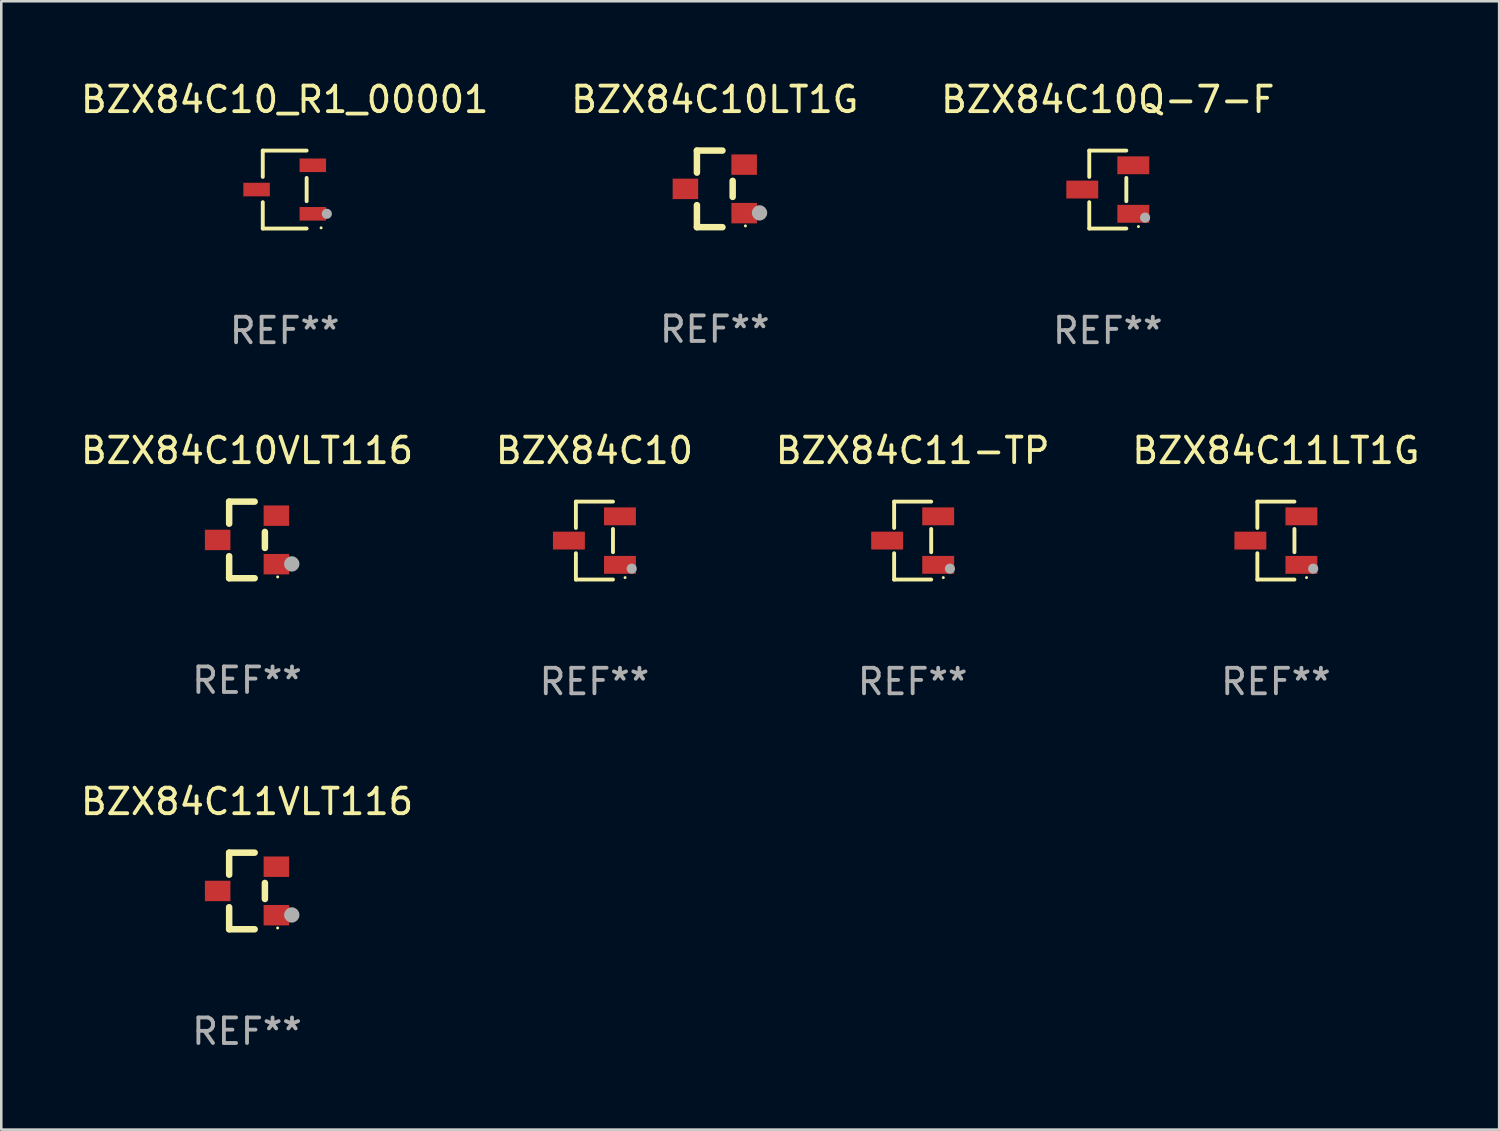
<source format=kicad_pcb>
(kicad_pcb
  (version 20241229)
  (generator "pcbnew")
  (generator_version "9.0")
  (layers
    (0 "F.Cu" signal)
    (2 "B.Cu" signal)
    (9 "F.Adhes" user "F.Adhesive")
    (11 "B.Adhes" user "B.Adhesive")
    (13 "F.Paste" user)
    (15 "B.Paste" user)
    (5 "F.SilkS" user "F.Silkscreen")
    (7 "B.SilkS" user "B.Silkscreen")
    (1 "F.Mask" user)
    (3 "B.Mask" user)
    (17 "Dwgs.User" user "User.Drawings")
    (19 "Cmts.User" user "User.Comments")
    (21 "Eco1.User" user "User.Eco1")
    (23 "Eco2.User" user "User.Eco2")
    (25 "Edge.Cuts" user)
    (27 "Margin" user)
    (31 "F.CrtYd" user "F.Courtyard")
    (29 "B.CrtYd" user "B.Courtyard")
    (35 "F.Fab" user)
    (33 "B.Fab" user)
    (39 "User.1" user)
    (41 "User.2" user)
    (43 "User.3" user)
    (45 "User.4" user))
  (footprint "BZX84C10VLT116"
    (layer "F.Cu")
    (at 6.625 18.097)
    (property "Reference" "BZX84C10VLT116" (at 0 -3.5 0) (layer "F.SilkS") (effects (font (size 1 1) (thickness 0.15))))
    (attr through_hole)
    (fp_line (start -0.7 -1.5) (end 0.3 -1.5) (stroke (width 0.254) (type solid)) (layer "F.SilkS"))
    (fp_line (start -0.7 -0.636) (end -0.7 -1.5) (stroke (width 0.254) (type solid)) (layer "F.SilkS"))
    (fp_line (start -0.7 1.5) (end -0.7 0.636) (stroke (width 0.254) (type solid)) (layer "F.SilkS"))
    (fp_line (start -0.7 1.5) (end 0.3 1.5) (stroke (width 0.254) (type solid)) (layer "F.SilkS"))
    (fp_line (start 0.7 0.314) (end 0.7 -0.314) (stroke (width 0.254) (type solid)) (layer "F.SilkS"))
    (fp_circle (center 1.2 1.45) (end 1.23 1.45) (stroke (width 0.06) (type solid)) (fill no) (layer "F.SilkS"))
    (fp_circle (center 1.753 0.94) (end 1.903 0.94) (stroke (width 0.3) (type solid)) (fill no) (layer "F.Fab"))
    (fp_text user "REF**" (at 0 5.5 0) (layer "F.Fab") (effects (font (size 1 1) (thickness 0.15))))
    (pad "1" smd rect (at 1.15 0.95 180) (size 1 0.8) (layers "F.Cu" "F.Mask" "F.Paste"))
    (pad "2" smd rect (at 1.15 -0.95 180) (size 1 0.8) (layers "F.Cu" "F.Mask" "F.Paste"))
    (pad "3" smd rect (at -1.15 -0.000051 180) (size 1 0.8) (layers "F.Cu" "F.Mask" "F.Paste")))
  (footprint "BZX84C10LT1G"
    (layer "F.Cu")
    (at 24.946 4.348)
    (property "Reference" "BZX84C10LT1G" (at 0 -3.5 0) (layer "F.SilkS") (effects (font (size 1 1) (thickness 0.15))))
    (attr through_hole)
    (fp_line (start -0.7 -1.5) (end 0.3 -1.5) (stroke (width 0.254) (type solid)) (layer "F.SilkS"))
    (fp_line (start -0.7 -0.636) (end -0.7 -1.5) (stroke (width 0.254) (type solid)) (layer "F.SilkS"))
    (fp_line (start -0.7 1.5) (end -0.7 0.636) (stroke (width 0.254) (type solid)) (layer "F.SilkS"))
    (fp_line (start -0.7 1.5) (end 0.3 1.5) (stroke (width 0.254) (type solid)) (layer "F.SilkS"))
    (fp_line (start 0.7 0.314) (end 0.7 -0.314) (stroke (width 0.254) (type solid)) (layer "F.SilkS"))
    (fp_circle (center 1.2 1.45) (end 1.23 1.45) (stroke (width 0.06) (type solid)) (fill no) (layer "F.SilkS"))
    (fp_circle (center 1.753 0.94) (end 1.903 0.94) (stroke (width 0.3) (type solid)) (fill no) (layer "F.Fab"))
    (fp_text user "REF**" (at 0 5.5 0) (layer "F.Fab") (effects (font (size 1 1) (thickness 0.15))))
    (pad "1" smd rect (at 1.15 0.95 180) (size 1 0.8) (layers "F.Cu" "F.Mask" "F.Paste"))
    (pad "2" smd rect (at 1.15 -0.95 180) (size 1 0.8) (layers "F.Cu" "F.Mask" "F.Paste"))
    (pad "3" smd rect (at -1.15 -0.000051 180) (size 1 0.8) (layers "F.Cu" "F.Mask" "F.Paste")))
  (footprint "BZX84C10_R1_00001"
    (layer "F.Cu")
    (at 8.101 4.374)
    (property "Reference" "BZX84C10_R1_00001" (at 0 -3.526 0) (layer "F.SilkS") (effects (font (size 1 1) (thickness 0.15))))
    (attr through_hole)
    (fp_line (start -0.859 -1.526) (end -0.859 -0.495) (stroke (width 0.152) (type solid)) (layer "F.SilkS"))
    (fp_line (start -0.859 1.526) (end -0.859 0.495) (stroke (width 0.152) (type solid)) (layer "F.SilkS"))
    (fp_line (start 0.859 -1.526) (end -0.859 -1.526) (stroke (width 0.152) (type solid)) (layer "F.SilkS"))
    (fp_line (start 0.859 -0.455) (end 0.859 0.455) (stroke (width 0.152) (type solid)) (layer "F.SilkS"))
    (fp_line (start 0.859 1.526) (end -0.859 1.526) (stroke (width 0.152) (type solid)) (layer "F.SilkS"))
    (fp_circle (center 1.425 1.5) (end 1.455 1.5) (stroke (width 0.06) (type solid)) (fill no) (layer "F.SilkS"))
    (fp_circle (center 1.65 0.95) (end 1.75 0.95) (stroke (width 0.2) (type solid)) (fill no) (layer "F.Fab"))
    (fp_text user "REF**" (at 0 5.526 0) (layer "F.Fab") (effects (font (size 1 1) (thickness 0.15))))
    (pad "1" smd rect (at 1.101 0.95) (size 1.037 0.532) (layers "F.Cu" "F.Mask" "F.Paste"))
    (pad "2" smd rect (at 1.101 -0.95) (size 1.037 0.532) (layers "F.Cu" "F.Mask" "F.Paste"))
    (pad "3" smd rect (at -1.101 0) (size 1.037 0.532) (layers "F.Cu" "F.Mask" "F.Paste")))
  (footprint "BZX84C11-TP"
    (layer "F.Cu")
    (at 32.696 18.123)
    (property "Reference" "BZX84C11-TP" (at 0 -3.526 0) (layer "F.SilkS") (effects (font (size 1 1) (thickness 0.15))))
    (attr through_hole)
    (fp_line (start -0.726 -1.526) (end -0.726 -0.495) (stroke (width 0.152) (type solid)) (layer "F.SilkS"))
    (fp_line (start -0.726 1.526) (end -0.726 0.495) (stroke (width 0.152) (type solid)) (layer "F.SilkS"))
    (fp_line (start 0.726 -1.526) (end -0.726 -1.526) (stroke (width 0.152) (type solid)) (layer "F.SilkS"))
    (fp_line (start 0.726 -0.455) (end 0.726 0.455) (stroke (width 0.152) (type solid)) (layer "F.SilkS"))
    (fp_line (start 0.726 1.526) (end -0.726 1.526) (stroke (width 0.152) (type solid)) (layer "F.SilkS"))
    (fp_circle (center 1.2 1.45) (end 1.23 1.45) (stroke (width 0.06) (type solid)) (fill no) (layer "F.SilkS"))
    (fp_circle (center 1.46 1.1) (end 1.56 1.1) (stroke (width 0.2) (type solid)) (fill no) (layer "F.Fab"))
    (fp_text user "REF**" (at 0 5.526 0) (layer "F.Fab") (effects (font (size 1 1) (thickness 0.15))))
    (pad "1" smd rect (at 1 0.95) (size 1.25 0.7) (layers "F.Cu" "F.Mask" "F.Paste"))
    (pad "2" smd rect (at 1 -0.95) (size 1.25 0.7) (layers "F.Cu" "F.Mask" "F.Paste"))
    (pad "3" smd rect (at -1 0) (size 1.25 0.7) (layers "F.Cu" "F.Mask" "F.Paste")))
  (footprint "BZX84C11VLT116"
    (layer "F.Cu")
    (at 6.625 31.846)
    (property "Reference" "BZX84C11VLT116" (at 0 -3.5 0) (layer "F.SilkS") (effects (font (size 1 1) (thickness 0.15))))
    (attr through_hole)
    (fp_line (start -0.7 -1.5) (end 0.3 -1.5) (stroke (width 0.254) (type solid)) (layer "F.SilkS"))
    (fp_line (start -0.7 -0.636) (end -0.7 -1.5) (stroke (width 0.254) (type solid)) (layer "F.SilkS"))
    (fp_line (start -0.7 1.5) (end -0.7 0.636) (stroke (width 0.254) (type solid)) (layer "F.SilkS"))
    (fp_line (start -0.7 1.5) (end 0.3 1.5) (stroke (width 0.254) (type solid)) (layer "F.SilkS"))
    (fp_line (start 0.7 0.314) (end 0.7 -0.314) (stroke (width 0.254) (type solid)) (layer "F.SilkS"))
    (fp_circle (center 1.2 1.45) (end 1.23 1.45) (stroke (width 0.06) (type solid)) (fill no) (layer "F.SilkS"))
    (fp_circle (center 1.753 0.94) (end 1.903 0.94) (stroke (width 0.3) (type solid)) (fill no) (layer "F.Fab"))
    (fp_text user "REF**" (at 0 5.5 0) (layer "F.Fab") (effects (font (size 1 1) (thickness 0.15))))
    (pad "1" smd rect (at 1.15 0.95 180) (size 1 0.8) (layers "F.Cu" "F.Mask" "F.Paste"))
    (pad "2" smd rect (at 1.15 -0.95 180) (size 1 0.8) (layers "F.Cu" "F.Mask" "F.Paste"))
    (pad "3" smd rect (at -1.15 -0.000051 180) (size 1 0.8) (layers "F.Cu" "F.Mask" "F.Paste")))
  (footprint "BZX84C10"
    (layer "F.Cu")
    (at 20.232 18.123)
    (property "Reference" "BZX84C10" (at 0 -3.526 0) (layer "F.SilkS") (effects (font (size 1 1) (thickness 0.15))))
    (attr through_hole)
    (fp_line (start -0.726 -1.526) (end -0.726 -0.495) (stroke (width 0.152) (type solid)) (layer "F.SilkS"))
    (fp_line (start -0.726 1.526) (end -0.726 0.495) (stroke (width 0.152) (type solid)) (layer "F.SilkS"))
    (fp_line (start 0.726 -1.526) (end -0.726 -1.526) (stroke (width 0.152) (type solid)) (layer "F.SilkS"))
    (fp_line (start 0.726 -0.455) (end 0.726 0.455) (stroke (width 0.152) (type solid)) (layer "F.SilkS"))
    (fp_line (start 0.726 1.526) (end -0.726 1.526) (stroke (width 0.152) (type solid)) (layer "F.SilkS"))
    (fp_circle (center 1.2 1.45) (end 1.23 1.45) (stroke (width 0.06) (type solid)) (fill no) (layer "F.SilkS"))
    (fp_circle (center 1.46 1.1) (end 1.56 1.1) (stroke (width 0.2) (type solid)) (fill no) (layer "F.Fab"))
    (fp_text user "REF**" (at 0 5.526 0) (layer "F.Fab") (effects (font (size 1 1) (thickness 0.15))))
    (pad "1" smd rect (at 1 0.95) (size 1.25 0.7) (layers "F.Cu" "F.Mask" "F.Paste"))
    (pad "2" smd rect (at 1 -0.95) (size 1.25 0.7) (layers "F.Cu" "F.Mask" "F.Paste"))
    (pad "3" smd rect (at -1 0) (size 1.25 0.7) (layers "F.Cu" "F.Mask" "F.Paste")))
  (footprint "BZX84C10Q-7-F"
    (layer "F.Cu")
    (at 40.339 4.374)
    (property "Reference" "BZX84C10Q-7-F" (at 0 -3.526 0) (layer "F.SilkS") (effects (font (size 1 1) (thickness 0.15))))
    (attr through_hole)
    (fp_line (start -0.726 -1.526) (end -0.726 -0.495) (stroke (width 0.152) (type solid)) (layer "F.SilkS"))
    (fp_line (start -0.726 1.526) (end -0.726 0.495) (stroke (width 0.152) (type solid)) (layer "F.SilkS"))
    (fp_line (start 0.726 -1.526) (end -0.726 -1.526) (stroke (width 0.152) (type solid)) (layer "F.SilkS"))
    (fp_line (start 0.726 -0.455) (end 0.726 0.455) (stroke (width 0.152) (type solid)) (layer "F.SilkS"))
    (fp_line (start 0.726 1.526) (end -0.726 1.526) (stroke (width 0.152) (type solid)) (layer "F.SilkS"))
    (fp_circle (center 1.2 1.45) (end 1.23 1.45) (stroke (width 0.06) (type solid)) (fill no) (layer "F.SilkS"))
    (fp_circle (center 1.46 1.1) (end 1.56 1.1) (stroke (width 0.2) (type solid)) (fill no) (layer "F.Fab"))
    (fp_text user "REF**" (at 0 5.526 0) (layer "F.Fab") (effects (font (size 1 1) (thickness 0.15))))
    (pad "1" smd rect (at 1 0.95) (size 1.25 0.7) (layers "F.Cu" "F.Mask" "F.Paste"))
    (pad "2" smd rect (at 1 -0.95) (size 1.25 0.7) (layers "F.Cu" "F.Mask" "F.Paste"))
    (pad "3" smd rect (at -1 0) (size 1.25 0.7) (layers "F.Cu" "F.Mask" "F.Paste")))
  (footprint "BZX84C11LT1G"
    (layer "F.Cu")
    (at 46.923 18.123)
    (property "Reference" "BZX84C11LT1G" (at 0 -3.526 0) (layer "F.SilkS") (effects (font (size 1 1) (thickness 0.15))))
    (attr through_hole)
    (fp_line (start -0.726 -1.526) (end -0.726 -0.495) (stroke (width 0.152) (type solid)) (layer "F.SilkS"))
    (fp_line (start -0.726 1.526) (end -0.726 0.495) (stroke (width 0.152) (type solid)) (layer "F.SilkS"))
    (fp_line (start 0.726 -1.526) (end -0.726 -1.526) (stroke (width 0.152) (type solid)) (layer "F.SilkS"))
    (fp_line (start 0.726 -0.455) (end 0.726 0.455) (stroke (width 0.152) (type solid)) (layer "F.SilkS"))
    (fp_line (start 0.726 1.526) (end -0.726 1.526) (stroke (width 0.152) (type solid)) (layer "F.SilkS"))
    (fp_circle (center 1.2 1.45) (end 1.23 1.45) (stroke (width 0.06) (type solid)) (fill no) (layer "F.SilkS"))
    (fp_circle (center 1.46 1.1) (end 1.56 1.1) (stroke (width 0.2) (type solid)) (fill no) (layer "F.Fab"))
    (fp_text user "REF**" (at 0 5.526 0) (layer "F.Fab") (effects (font (size 1 1) (thickness 0.15))))
    (pad "1" smd rect (at 1 0.95) (size 1.25 0.7) (layers "F.Cu" "F.Mask" "F.Paste"))
    (pad "2" smd rect (at 1 -0.95) (size 1.25 0.7) (layers "F.Cu" "F.Mask" "F.Paste"))
    (pad "3" smd rect (at -1 0) (size 1.25 0.7) (layers "F.Cu" "F.Mask" "F.Paste")))
  (gr_rect
    (start -3 -3)
    (end 55.667 41.194)
    (stroke (width 0.1) (type default))
    (fill no)
    (layer "Edge.Cuts")))
</source>
